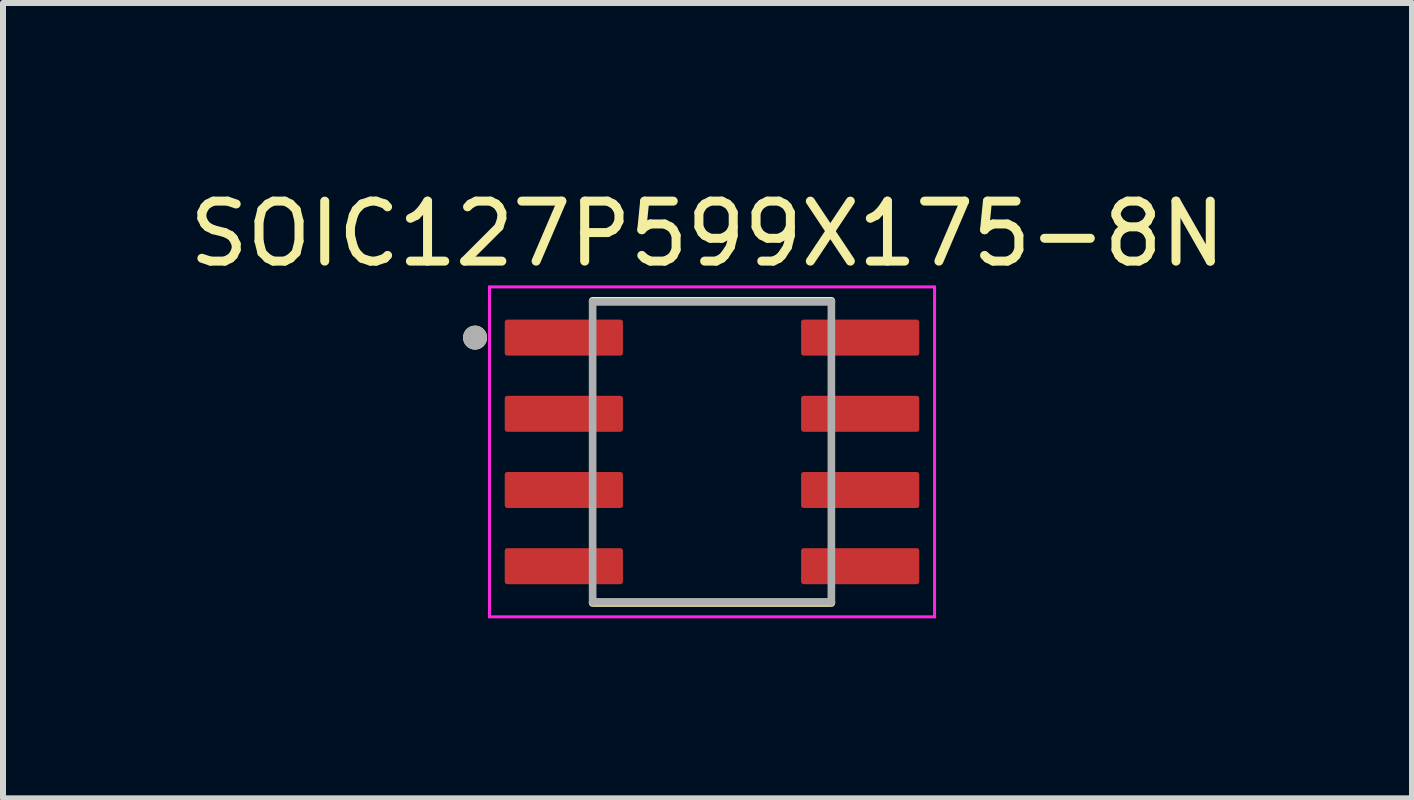
<source format=kicad_pcb>
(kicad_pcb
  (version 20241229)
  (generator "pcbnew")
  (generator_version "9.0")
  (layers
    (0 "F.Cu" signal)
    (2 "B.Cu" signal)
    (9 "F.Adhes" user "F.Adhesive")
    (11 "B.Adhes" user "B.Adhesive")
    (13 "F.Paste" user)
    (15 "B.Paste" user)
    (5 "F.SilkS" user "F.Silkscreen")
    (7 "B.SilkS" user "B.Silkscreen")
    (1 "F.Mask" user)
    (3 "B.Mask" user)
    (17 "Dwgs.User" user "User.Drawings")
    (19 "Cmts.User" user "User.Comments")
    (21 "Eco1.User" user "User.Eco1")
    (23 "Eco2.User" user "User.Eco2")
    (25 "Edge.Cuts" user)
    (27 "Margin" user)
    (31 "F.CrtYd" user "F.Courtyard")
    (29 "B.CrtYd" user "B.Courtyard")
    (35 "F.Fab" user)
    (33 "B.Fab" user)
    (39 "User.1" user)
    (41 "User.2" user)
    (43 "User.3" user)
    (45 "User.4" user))
  (footprint "SOIC127P599X175-8N"
    (layer "F.Cu")
    (at 8.819 4.483)
    (property "Reference" "SOIC127P599X175-8N" (at -0.075 -3.635 0) (layer "F.SilkS") (effects (font (size 1 1) (thickness 0.15))))
    (attr through_hole)
    (fp_line (start -1.99 2.519) (end 1.99 2.519) (stroke (width 0.127) (type solid)) (layer "F.SilkS"))
    (fp_line (start 1.99 -2.519) (end -1.99 -2.519) (stroke (width 0.127) (type solid)) (layer "F.SilkS"))
    (fp_circle (center -3.95 -1.905) (end -3.85 -1.905) (stroke (width 0.2) (type solid)) (fill no) (layer "F.SilkS"))
    (fp_line (start -3.71 -2.75) (end -3.71 2.75) (stroke (width 0.05) (type solid)) (layer "F.CrtYd"))
    (fp_line (start -3.71 2.75) (end 3.71 2.75) (stroke (width 0.05) (type solid)) (layer "F.CrtYd"))
    (fp_line (start 3.71 -2.75) (end -3.71 -2.75) (stroke (width 0.05) (type solid)) (layer "F.CrtYd"))
    (fp_line (start 3.71 2.75) (end 3.71 -2.75) (stroke (width 0.05) (type solid)) (layer "F.CrtYd"))
    (fp_line (start -1.99 -2.5) (end -1.99 2.5) (stroke (width 0.127) (type solid)) (layer "F.Fab"))
    (fp_line (start -1.99 2.5) (end 1.99 2.5) (stroke (width 0.127) (type solid)) (layer "F.Fab"))
    (fp_line (start 1.99 -2.5) (end -1.99 -2.5) (stroke (width 0.127) (type solid)) (layer "F.Fab"))
    (fp_line (start 1.99 2.5) (end 1.99 -2.5) (stroke (width 0.127) (type solid)) (layer "F.Fab"))
    (fp_circle (center -3.95 -1.905) (end -3.85 -1.905) (stroke (width 0.2) (type solid)) (fill no) (layer "F.Fab"))
    (pad "1" smd roundrect (at -2.47 -1.905) (size 1.97 0.6) (layers "F.Cu" "F.Mask" "F.Paste") (roundrect_rratio 0.07))
    (pad "2" smd roundrect (at -2.47 -0.635) (size 1.97 0.6) (layers "F.Cu" "F.Mask" "F.Paste") (roundrect_rratio 0.07))
    (pad "3" smd roundrect (at -2.47 0.635) (size 1.97 0.6) (layers "F.Cu" "F.Mask" "F.Paste") (roundrect_rratio 0.07))
    (pad "4" smd roundrect (at -2.47 1.905) (size 1.97 0.6) (layers "F.Cu" "F.Mask" "F.Paste") (roundrect_rratio 0.07))
    (pad "5" smd roundrect (at 2.47 1.905 180) (size 1.97 0.6) (layers "F.Cu" "F.Mask" "F.Paste") (roundrect_rratio 0.07))
    (pad "6" smd roundrect (at 2.47 0.635 180) (size 1.97 0.6) (layers "F.Cu" "F.Mask" "F.Paste") (roundrect_rratio 0.07))
    (pad "7" smd roundrect (at 2.47 -0.635 180) (size 1.97 0.6) (layers "F.Cu" "F.Mask" "F.Paste") (roundrect_rratio 0.07))
    (pad "8" smd roundrect (at 2.47 -1.905 180) (size 1.97 0.6) (layers "F.Cu" "F.Mask" "F.Paste") (roundrect_rratio 0.07)))
  (gr_rect
    (start -3 -3)
    (end 20.488 10.258)
    (stroke (width 0.1) (type default))
    (fill no)
    (layer "Edge.Cuts")))
</source>
